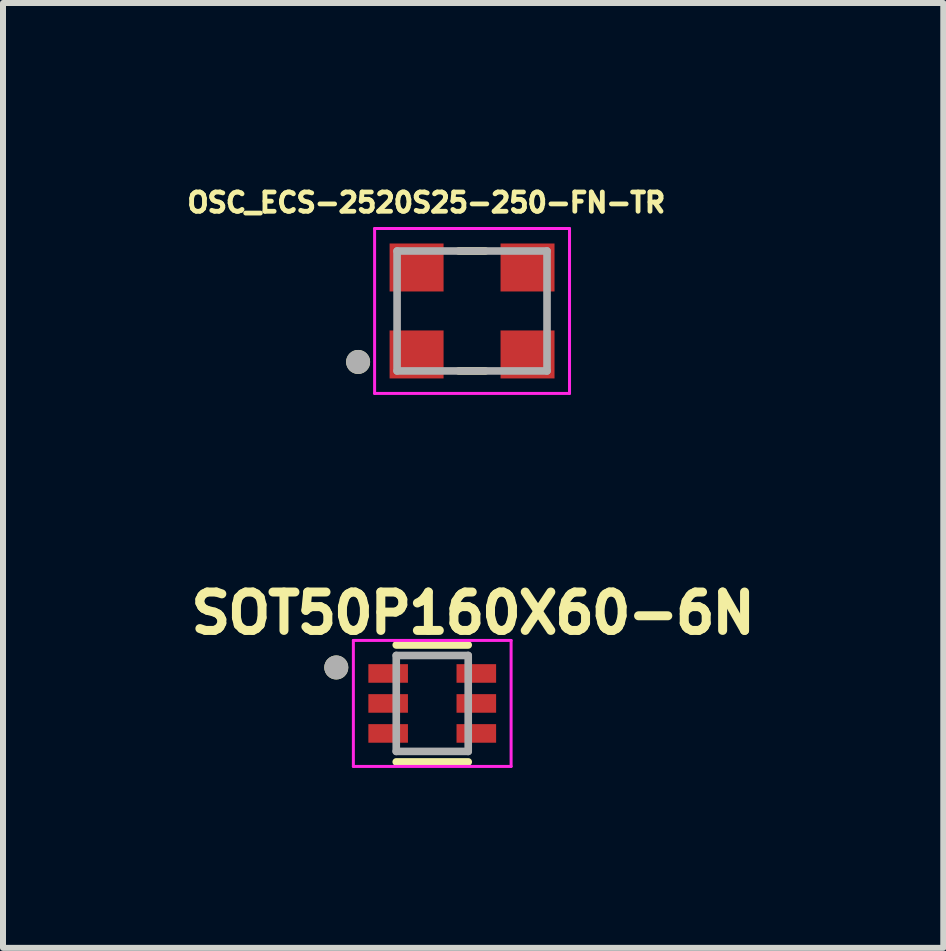
<source format=kicad_pcb>
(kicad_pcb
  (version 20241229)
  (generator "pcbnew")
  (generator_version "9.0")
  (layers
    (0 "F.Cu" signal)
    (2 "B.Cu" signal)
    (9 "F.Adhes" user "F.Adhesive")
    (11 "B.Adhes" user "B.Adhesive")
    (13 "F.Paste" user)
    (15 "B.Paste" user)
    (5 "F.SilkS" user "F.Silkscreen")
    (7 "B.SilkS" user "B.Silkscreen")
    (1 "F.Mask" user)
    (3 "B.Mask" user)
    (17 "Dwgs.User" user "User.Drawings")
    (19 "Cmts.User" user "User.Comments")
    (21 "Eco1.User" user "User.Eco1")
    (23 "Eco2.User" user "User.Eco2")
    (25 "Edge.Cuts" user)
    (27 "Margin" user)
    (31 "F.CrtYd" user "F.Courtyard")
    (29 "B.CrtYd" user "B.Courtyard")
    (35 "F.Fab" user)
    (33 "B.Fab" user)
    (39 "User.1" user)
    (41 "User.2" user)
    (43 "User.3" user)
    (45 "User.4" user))
  (footprint "OSC_ECS-2520S25-250-FN-TR"
    (layer "F.Cu")
    (at 4.821 2.135)
    (property "Reference" "OSC_ECS-2520S25-250-FN-TR" (at -0.763 -1.807 0) (layer "F.SilkS") (effects (font (size 0.321 0.321) (thickness 0.15))))
    (attr through_hole)
    (fp_line (start -0.221 -1) (end 0.221 -1) (stroke (width 0.127) (type solid)) (layer "F.SilkS"))
    (fp_line (start -0.221 1) (end 0.221 1) (stroke (width 0.127) (type solid)) (layer "F.SilkS"))
    (fp_circle (center -1.9 0.85) (end -1.8 0.85) (stroke (width 0.2) (type solid)) (fill no) (layer "F.SilkS"))
    (fp_line (start -1.625 -1.375) (end 1.625 -1.375) (stroke (width 0.05) (type solid)) (layer "F.CrtYd"))
    (fp_line (start -1.625 1.375) (end -1.625 -1.375) (stroke (width 0.05) (type solid)) (layer "F.CrtYd"))
    (fp_line (start 1.625 -1.375) (end 1.625 1.375) (stroke (width 0.05) (type solid)) (layer "F.CrtYd"))
    (fp_line (start 1.625 1.375) (end -1.625 1.375) (stroke (width 0.05) (type solid)) (layer "F.CrtYd"))
    (fp_line (start -1.25 -1) (end 1.25 -1) (stroke (width 0.127) (type solid)) (layer "F.Fab"))
    (fp_line (start -1.25 1) (end -1.25 -1) (stroke (width 0.127) (type solid)) (layer "F.Fab"))
    (fp_line (start 1.25 -1) (end 1.25 1) (stroke (width 0.127) (type solid)) (layer "F.Fab"))
    (fp_line (start 1.25 1) (end -1.25 1) (stroke (width 0.127) (type solid)) (layer "F.Fab"))
    (fp_circle (center -1.9 0.85) (end -1.8 0.85) (stroke (width 0.2) (type solid)) (fill no) (layer "F.Fab"))
    (pad "1" smd rect (at -0.925 0.725 180) (size 0.9 0.8) (layers "F.Cu" "F.Mask" "F.Paste"))
    (pad "2" smd rect (at 0.925 0.725 180) (size 0.9 0.8) (layers "F.Cu" "F.Mask" "F.Paste"))
    (pad "3" smd rect (at 0.925 -0.725 180) (size 0.9 0.8) (layers "F.Cu" "F.Mask" "F.Paste"))
    (pad "4" smd rect (at -0.925 -0.725 180) (size 0.9 0.8) (layers "F.Cu" "F.Mask" "F.Paste")))
  (footprint "SOT50P160X60-6N"
    (layer "F.Cu")
    (at 4.157 8.679)
    (property "Reference" "SOT50P160X60-6N" (at 0.682 -1.506 0) (layer "F.SilkS") (effects (font (size 0.64 0.64) (thickness 0.15))))
    (attr through_hole)
    (fp_line (start -0.6 -0.975) (end 0.6 -0.975) (stroke (width 0.127) (type solid)) (layer "F.SilkS"))
    (fp_line (start -0.6 0.975) (end 0.6 0.975) (stroke (width 0.127) (type solid)) (layer "F.SilkS"))
    (fp_circle (center -1.6 -0.6) (end -1.5 -0.6) (stroke (width 0.2) (type solid)) (fill no) (layer "F.SilkS"))
    (fp_line (start -1.315 -1.05) (end 1.315 -1.05) (stroke (width 0.05) (type solid)) (layer "F.CrtYd"))
    (fp_line (start -1.315 1.05) (end -1.315 -1.05) (stroke (width 0.05) (type solid)) (layer "F.CrtYd"))
    (fp_line (start 1.315 -1.05) (end 1.315 1.05) (stroke (width 0.05) (type solid)) (layer "F.CrtYd"))
    (fp_line (start 1.315 1.05) (end -1.315 1.05) (stroke (width 0.05) (type solid)) (layer "F.CrtYd"))
    (fp_line (start -0.6 -0.8) (end 0.6 -0.8) (stroke (width 0.127) (type solid)) (layer "F.Fab"))
    (fp_line (start -0.6 0.8) (end -0.6 -0.8) (stroke (width 0.127) (type solid)) (layer "F.Fab"))
    (fp_line (start 0.6 -0.8) (end 0.6 0.8) (stroke (width 0.127) (type solid)) (layer "F.Fab"))
    (fp_line (start 0.6 0.8) (end -0.6 0.8) (stroke (width 0.127) (type solid)) (layer "F.Fab"))
    (fp_circle (center -1.6 -0.6) (end -1.5 -0.6) (stroke (width 0.2) (type solid)) (fill no) (layer "F.Fab"))
    (pad "1" smd rect (at -0.735 -0.5) (size 0.66 0.31) (layers "F.Cu" "F.Mask" "F.Paste"))
    (pad "2" smd rect (at -0.735 0) (size 0.66 0.31) (layers "F.Cu" "F.Mask" "F.Paste"))
    (pad "3" smd rect (at -0.735 0.5) (size 0.66 0.31) (layers "F.Cu" "F.Mask" "F.Paste"))
    (pad "4" smd rect (at 0.735 0.5) (size 0.66 0.31) (layers "F.Cu" "F.Mask" "F.Paste"))
    (pad "5" smd rect (at 0.735 0) (size 0.66 0.31) (layers "F.Cu" "F.Mask" "F.Paste"))
    (pad "6" smd rect (at 0.735 -0.5) (size 0.66 0.31) (layers "F.Cu" "F.Mask" "F.Paste")))
  (gr_rect
    (start -3 -3)
    (end 12.678 12.754)
    (stroke (width 0.1) (type default))
    (fill no)
    (layer "Edge.Cuts")))
</source>
